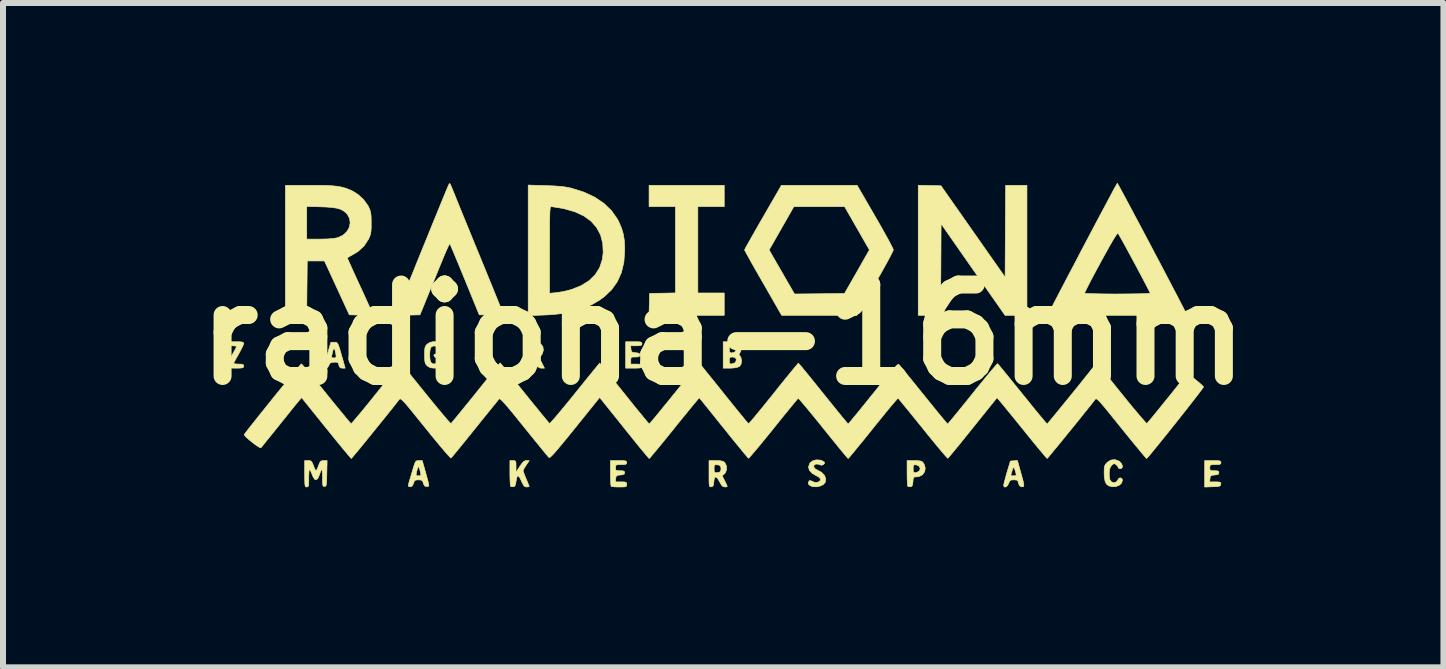
<source format=kicad_pcb>
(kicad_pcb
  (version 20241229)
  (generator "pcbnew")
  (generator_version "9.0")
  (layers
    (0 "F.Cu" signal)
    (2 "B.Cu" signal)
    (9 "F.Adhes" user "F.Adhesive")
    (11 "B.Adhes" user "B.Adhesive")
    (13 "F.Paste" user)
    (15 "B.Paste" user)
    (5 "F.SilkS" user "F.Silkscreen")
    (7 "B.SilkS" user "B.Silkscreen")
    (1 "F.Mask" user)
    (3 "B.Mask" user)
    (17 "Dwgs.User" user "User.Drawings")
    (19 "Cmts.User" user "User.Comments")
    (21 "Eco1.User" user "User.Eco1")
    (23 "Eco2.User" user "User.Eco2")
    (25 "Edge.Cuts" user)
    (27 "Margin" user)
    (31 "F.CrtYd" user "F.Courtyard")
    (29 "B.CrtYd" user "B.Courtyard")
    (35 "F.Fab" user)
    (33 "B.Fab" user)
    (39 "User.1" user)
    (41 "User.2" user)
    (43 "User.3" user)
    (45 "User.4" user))
  (footprint "radiona-16mm"
    (layer "F.Cu")
    (at 9.006 2.528)
    (property "Reference" "radiona-16mm" (at 0 0 0) (layer "F.SilkS") (effects (font (size 1.524 1.524) (thickness 0.3))))
    (attr through_hole)
    (fp_poly (pts (xy 0.017 -2.134) (xy -0.423 -2.134) (xy -0.423 -0.694) (xy 0.017 -0.694) (xy 0.017 -0.322) (xy -1.237 -0.322) (xy -1.232 -0.504) (xy -1.228 -0.686) (xy -0.796 -0.695) (xy -0.796 -2.134) (xy -1.236 -2.134) (xy -1.236 -2.489) (xy 0.017 -2.489) (xy 0.017 -2.134)) (stroke (width 0.01) (type solid)) (fill yes) (layer "F.SilkS"))
    (fp_poly (pts (xy 3.63 -2.481) (xy 4.699 -0.957) (xy 4.703 -1.723) (xy 4.708 -2.489) (xy 5.063 -2.489) (xy 5.063 -0.322) (xy 4.698 -0.322) (xy 4.165 -1.084) (xy 3.632 -1.847) (xy 3.628 -1.084) (xy 3.623 -0.322) (xy 3.251 -0.322) (xy 3.251 -2.49) (xy 3.63 -2.481)) (stroke (width 0.01) (type solid)) (fill yes) (layer "F.SilkS"))
    (fp_poly (pts (xy -1.423 0.119) (xy -1.382 0.122) (xy -1.362 0.13) (xy -1.355 0.143) (xy -1.355 0.152) (xy -1.359 0.172) (xy -1.376 0.182) (xy -1.415 0.186) (xy -1.449 0.186) (xy -1.543 0.186) (xy -1.538 0.241) (xy -1.532 0.276) (xy -1.515 0.293) (xy -1.479 0.3) (xy -1.46 0.302) (xy -1.414 0.308) (xy -1.393 0.321) (xy -1.389 0.34) (xy -1.394 0.36) (xy -1.415 0.37) (xy -1.462 0.373) (xy -1.465 0.373) (xy -1.512 0.374) (xy -1.534 0.382) (xy -1.54 0.405) (xy -1.541 0.432) (xy -1.541 0.491) (xy -1.448 0.491) (xy -1.394 0.493) (xy -1.366 0.499) (xy -1.356 0.513) (xy -1.355 0.525) (xy -1.357 0.542) (xy -1.371 0.552) (xy -1.401 0.557) (xy -1.454 0.559) (xy -1.49 0.559) (xy -1.626 0.559) (xy -1.626 0.119) (xy -1.49 0.119) (xy -1.423 0.119)) (stroke (width 0.01) (type solid)) (fill yes) (layer "F.SilkS"))
    (fp_poly (pts (xy 1.614 2.091) (xy 1.643 2.1) (xy 1.682 2.121) (xy 1.691 2.141) (xy 1.67 2.166) (xy 1.669 2.167) (xy 1.639 2.178) (xy 1.609 2.168) (xy 1.567 2.157) (xy 1.54 2.159) (xy 1.511 2.18) (xy 1.51 2.209) (xy 1.535 2.239) (xy 1.56 2.253) (xy 1.641 2.297) (xy 1.691 2.35) (xy 1.709 2.41) (xy 1.7 2.463) (xy 1.67 2.499) (xy 1.618 2.524) (xy 1.556 2.537) (xy 1.493 2.534) (xy 1.473 2.528) (xy 1.429 2.504) (xy 1.416 2.475) (xy 1.423 2.455) (xy 1.437 2.435) (xy 1.456 2.434) (xy 1.492 2.45) (xy 1.538 2.467) (xy 1.577 2.461) (xy 1.585 2.458) (xy 1.619 2.432) (xy 1.62 2.403) (xy 1.59 2.373) (xy 1.562 2.358) (xy 1.483 2.313) (xy 1.436 2.262) (xy 1.422 2.207) (xy 1.441 2.149) (xy 1.448 2.138) (xy 1.49 2.105) (xy 1.549 2.088) (xy 1.614 2.091)) (stroke (width 0.01) (type solid)) (fill yes) (layer "F.SilkS"))
    (fp_poly (pts (xy 3.179 2.1) (xy 3.249 2.102) (xy 3.294 2.108) (xy 3.323 2.123) (xy 3.343 2.149) (xy 3.35 2.162) (xy 3.368 2.227) (xy 3.357 2.287) (xy 3.322 2.336) (xy 3.267 2.365) (xy 3.227 2.371) (xy 3.192 2.372) (xy 3.174 2.383) (xy 3.166 2.413) (xy 3.163 2.451) (xy 3.157 2.502) (xy 3.145 2.527) (xy 3.124 2.536) (xy 3.09 2.535) (xy 3.077 2.529) (xy 3.072 2.509) (xy 3.069 2.461) (xy 3.066 2.394) (xy 3.065 2.313) (xy 3.065 2.309) (xy 3.065 2.235) (xy 3.167 2.235) (xy 3.168 2.279) (xy 3.178 2.298) (xy 3.2 2.301) (xy 3.211 2.3) (xy 3.252 2.285) (xy 3.275 2.265) (xy 3.283 2.226) (xy 3.263 2.192) (xy 3.221 2.172) (xy 3.211 2.171) (xy 3.183 2.17) (xy 3.17 2.183) (xy 3.167 2.218) (xy 3.167 2.235) (xy 3.065 2.235) (xy 3.065 2.1) (xy 3.179 2.1)) (stroke (width 0.01) (type solid)) (fill yes) (layer "F.SilkS"))
    (fp_poly (pts (xy 8.229 2.1) (xy 8.27 2.104) (xy 8.29 2.111) (xy 8.297 2.125) (xy 8.297 2.134) (xy 8.293 2.153) (xy 8.276 2.163) (xy 8.237 2.167) (xy 8.204 2.167) (xy 8.151 2.168) (xy 8.123 2.174) (xy 8.113 2.189) (xy 8.111 2.217) (xy 8.111 2.218) (xy 8.113 2.25) (xy 8.126 2.264) (xy 8.159 2.269) (xy 8.187 2.269) (xy 8.235 2.271) (xy 8.258 2.281) (xy 8.263 2.301) (xy 8.263 2.302) (xy 8.257 2.324) (xy 8.231 2.335) (xy 8.191 2.34) (xy 8.146 2.345) (xy 8.124 2.358) (xy 8.116 2.386) (xy 8.114 2.4) (xy 8.109 2.455) (xy 8.204 2.455) (xy 8.258 2.456) (xy 8.286 2.462) (xy 8.295 2.474) (xy 8.294 2.493) (xy 8.289 2.513) (xy 8.275 2.525) (xy 8.244 2.531) (xy 8.191 2.535) (xy 8.158 2.536) (xy 8.026 2.541) (xy 8.026 2.1) (xy 8.162 2.1) (xy 8.229 2.1)) (stroke (width 0.01) (type solid)) (fill yes) (layer "F.SilkS"))
    (fp_poly (pts (xy -6.463 0.127) (xy -6.446 0.131) (xy -6.433 0.142) (xy -6.419 0.165) (xy -6.404 0.205) (xy -6.385 0.265) (xy -6.361 0.35) (xy -6.336 0.436) (xy -6.302 0.559) (xy -6.349 0.559) (xy -6.384 0.553) (xy -6.402 0.528) (xy -6.407 0.507) (xy -6.416 0.475) (xy -6.433 0.461) (xy -6.469 0.459) (xy -6.489 0.46) (xy -6.536 0.467) (xy -6.56 0.482) (xy -6.57 0.508) (xy -6.591 0.544) (xy -6.624 0.556) (xy -6.668 0.561) (xy -6.611 0.365) (xy -6.531 0.365) (xy -6.527 0.384) (xy -6.496 0.389) (xy -6.494 0.389) (xy -6.465 0.387) (xy -6.454 0.375) (xy -6.455 0.343) (xy -6.459 0.318) (xy -6.471 0.26) (xy -6.485 0.234) (xy -6.498 0.24) (xy -6.51 0.278) (xy -6.51 0.279) (xy -6.52 0.327) (xy -6.53 0.362) (xy -6.531 0.365) (xy -6.611 0.365) (xy -6.604 0.344) (xy -6.54 0.127) (xy -6.484 0.127) (xy -6.463 0.127)) (stroke (width 0.01) (type solid)) (fill yes) (layer "F.SilkS"))
    (fp_poly (pts (xy 6.593 2.106) (xy 6.61 2.118) (xy 6.642 2.154) (xy 6.655 2.191) (xy 6.649 2.222) (xy 6.624 2.235) (xy 6.621 2.235) (xy 6.593 2.229) (xy 6.587 2.219) (xy 6.575 2.194) (xy 6.548 2.166) (xy 6.521 2.151) (xy 6.518 2.151) (xy 6.496 2.161) (xy 6.469 2.184) (xy 6.446 2.226) (xy 6.435 2.288) (xy 6.435 2.359) (xy 6.445 2.417) (xy 6.469 2.453) (xy 6.506 2.468) (xy 6.546 2.46) (xy 6.575 2.43) (xy 6.579 2.42) (xy 6.6 2.392) (xy 6.628 2.388) (xy 6.65 2.406) (xy 6.655 2.429) (xy 6.64 2.476) (xy 6.6 2.512) (xy 6.545 2.533) (xy 6.482 2.536) (xy 6.424 2.52) (xy 6.387 2.49) (xy 6.364 2.44) (xy 6.352 2.366) (xy 6.35 2.301) (xy 6.351 2.236) (xy 6.357 2.194) (xy 6.371 2.164) (xy 6.396 2.136) (xy 6.399 2.132) (xy 6.46 2.092) (xy 6.527 2.083) (xy 6.593 2.106)) (stroke (width 0.01) (type solid)) (fill yes) (layer "F.SilkS"))
    (fp_poly (pts (xy -3.125 0.122) (xy -3.077 0.133) (xy -3.042 0.154) (xy -3.006 0.201) (xy -2.998 0.26) (xy -3.017 0.322) (xy -3.032 0.344) (xy -3.066 0.388) (xy -3.023 0.473) (xy -2.98 0.559) (xy -3.03 0.559) (xy -3.062 0.555) (xy -3.084 0.538) (xy -3.105 0.501) (xy -3.117 0.474) (xy -3.147 0.418) (xy -3.174 0.392) (xy -3.186 0.389) (xy -3.205 0.395) (xy -3.214 0.415) (xy -3.217 0.46) (xy -3.217 0.474) (xy -3.219 0.524) (xy -3.226 0.549) (xy -3.243 0.558) (xy -3.26 0.559) (xy -3.302 0.559) (xy -3.302 0.254) (xy -3.217 0.254) (xy -3.216 0.298) (xy -3.206 0.317) (xy -3.182 0.32) (xy -3.164 0.319) (xy -3.121 0.306) (xy -3.092 0.284) (xy -3.084 0.245) (xy -3.104 0.212) (xy -3.148 0.192) (xy -3.164 0.189) (xy -3.198 0.188) (xy -3.213 0.199) (xy -3.217 0.231) (xy -3.217 0.254) (xy -3.302 0.254) (xy -3.302 0.119) (xy -3.194 0.119) (xy -3.125 0.122)) (stroke (width 0.01) (type solid)) (fill yes) (layer "F.SilkS"))
    (fp_poly (pts (xy 4.964 2.312) (xy 4.989 2.402) (xy 5.005 2.465) (xy 5.011 2.505) (xy 5.009 2.527) (xy 5.002 2.535) (xy 4.961 2.536) (xy 4.933 2.507) (xy 4.922 2.474) (xy 4.912 2.44) (xy 4.892 2.425) (xy 4.851 2.421) (xy 4.845 2.421) (xy 4.8 2.424) (xy 4.776 2.439) (xy 4.76 2.475) (xy 4.758 2.481) (xy 4.738 2.518) (xy 4.712 2.539) (xy 4.688 2.541) (xy 4.675 2.521) (xy 4.675 2.51) (xy 4.68 2.483) (xy 4.693 2.431) (xy 4.712 2.362) (xy 4.715 2.349) (xy 4.792 2.349) (xy 4.807 2.353) (xy 4.842 2.354) (xy 4.873 2.352) (xy 4.884 2.34) (xy 4.879 2.309) (xy 4.874 2.29) (xy 4.857 2.236) (xy 4.844 2.214) (xy 4.832 2.223) (xy 4.818 2.262) (xy 4.815 2.27) (xy 4.802 2.316) (xy 4.794 2.345) (xy 4.792 2.349) (xy 4.715 2.349) (xy 4.731 2.294) (xy 4.787 2.108) (xy 4.845 2.103) (xy 4.904 2.098) (xy 4.964 2.312)) (stroke (width 0.01) (type solid)) (fill yes) (layer "F.SilkS"))
    (fp_poly (pts (xy -3.477 2.101) (xy -3.461 2.111) (xy -3.455 2.137) (xy -3.454 2.188) (xy -3.454 2.197) (xy -3.454 2.294) (xy -3.391 2.197) (xy -3.353 2.143) (xy -3.324 2.114) (xy -3.296 2.101) (xy -3.28 2.1) (xy -3.233 2.1) (xy -3.284 2.175) (xy -3.313 2.22) (xy -3.332 2.256) (xy -3.336 2.269) (xy -3.329 2.293) (xy -3.312 2.339) (xy -3.288 2.397) (xy -3.285 2.405) (xy -3.261 2.462) (xy -3.243 2.506) (xy -3.234 2.529) (xy -3.234 2.53) (xy -3.249 2.537) (xy -3.278 2.54) (xy -3.304 2.535) (xy -3.325 2.517) (xy -3.347 2.479) (xy -3.365 2.438) (xy -3.394 2.38) (xy -3.417 2.355) (xy -3.434 2.363) (xy -3.447 2.404) (xy -3.454 2.451) (xy -3.463 2.502) (xy -3.477 2.528) (xy -3.497 2.536) (xy -3.531 2.535) (xy -3.544 2.529) (xy -3.549 2.509) (xy -3.552 2.461) (xy -3.555 2.394) (xy -3.556 2.313) (xy -3.556 2.309) (xy -3.556 2.1) (xy -3.505 2.1) (xy -3.477 2.101)) (stroke (width 0.01) (type solid)) (fill yes) (layer "F.SilkS"))
    (fp_poly (pts (xy -8.065 0.119) (xy -8.022 0.123) (xy -8 0.13) (xy -7.993 0.143) (xy -7.993 0.146) (xy -8.001 0.172) (xy -8.022 0.219) (xy -8.054 0.28) (xy -8.077 0.322) (xy -8.113 0.385) (xy -8.141 0.437) (xy -8.158 0.471) (xy -8.162 0.48) (xy -8.147 0.486) (xy -8.108 0.49) (xy -8.077 0.491) (xy -8.026 0.493) (xy -8.001 0.5) (xy -7.993 0.517) (xy -7.993 0.525) (xy -7.995 0.541) (xy -8.008 0.551) (xy -8.037 0.557) (xy -8.088 0.559) (xy -8.136 0.559) (xy -8.208 0.558) (xy -8.251 0.554) (xy -8.273 0.547) (xy -8.28 0.534) (xy -8.28 0.531) (xy -8.272 0.505) (xy -8.251 0.458) (xy -8.219 0.397) (xy -8.196 0.356) (xy -8.16 0.292) (xy -8.132 0.24) (xy -8.115 0.206) (xy -8.111 0.197) (xy -8.126 0.191) (xy -8.165 0.187) (xy -8.196 0.186) (xy -8.247 0.184) (xy -8.272 0.177) (xy -8.28 0.16) (xy -8.28 0.152) (xy -8.278 0.136) (xy -8.265 0.126) (xy -8.236 0.121) (xy -8.185 0.119) (xy -8.136 0.119) (xy -8.065 0.119)) (stroke (width 0.01) (type solid)) (fill yes) (layer "F.SilkS"))
    (fp_poly (pts (xy -4.771 0.122) (xy -4.72 0.142) (xy -4.684 0.175) (xy -4.674 0.213) (xy -4.684 0.245) (xy -4.71 0.254) (xy -4.741 0.238) (xy -4.754 0.22) (xy -4.787 0.193) (xy -4.829 0.188) (xy -4.866 0.206) (xy -4.876 0.219) (xy -4.888 0.261) (xy -4.893 0.322) (xy -4.891 0.387) (xy -4.883 0.44) (xy -4.876 0.458) (xy -4.847 0.486) (xy -4.808 0.489) (xy -4.772 0.471) (xy -4.746 0.437) (xy -4.741 0.409) (xy -4.756 0.393) (xy -4.779 0.386) (xy -4.812 0.371) (xy -4.823 0.351) (xy -4.821 0.334) (xy -4.803 0.325) (xy -4.761 0.322) (xy -4.74 0.322) (xy -4.652 0.322) (xy -4.662 0.411) (xy -4.679 0.485) (xy -4.712 0.531) (xy -4.766 0.554) (xy -4.82 0.559) (xy -4.88 0.552) (xy -4.923 0.53) (xy -4.937 0.517) (xy -4.958 0.493) (xy -4.97 0.465) (xy -4.976 0.425) (xy -4.978 0.363) (xy -4.978 0.339) (xy -4.977 0.268) (xy -4.973 0.223) (xy -4.962 0.192) (xy -4.944 0.168) (xy -4.937 0.16) (xy -4.888 0.129) (xy -4.83 0.117) (xy -4.771 0.122)) (stroke (width 0.01) (type solid)) (fill yes) (layer "F.SilkS"))
    (fp_poly (pts (xy -1.677 2.1) (xy -1.636 2.104) (xy -1.616 2.111) (xy -1.609 2.125) (xy -1.609 2.134) (xy -1.613 2.153) (xy -1.63 2.163) (xy -1.669 2.167) (xy -1.702 2.167) (xy -1.755 2.168) (xy -1.783 2.174) (xy -1.793 2.189) (xy -1.795 2.217) (xy -1.795 2.218) (xy -1.793 2.25) (xy -1.78 2.264) (xy -1.747 2.269) (xy -1.719 2.269) (xy -1.671 2.271) (xy -1.648 2.281) (xy -1.643 2.301) (xy -1.643 2.302) (xy -1.649 2.324) (xy -1.675 2.335) (xy -1.714 2.34) (xy -1.76 2.345) (xy -1.782 2.358) (xy -1.79 2.386) (xy -1.792 2.4) (xy -1.797 2.455) (xy -1.703 2.455) (xy -1.649 2.456) (xy -1.621 2.462) (xy -1.61 2.476) (xy -1.609 2.498) (xy -1.61 2.519) (xy -1.62 2.532) (xy -1.645 2.538) (xy -1.693 2.54) (xy -1.733 2.54) (xy -1.795 2.539) (xy -1.843 2.535) (xy -1.867 2.529) (xy -1.868 2.529) (xy -1.873 2.508) (xy -1.876 2.461) (xy -1.879 2.394) (xy -1.88 2.313) (xy -1.88 2.309) (xy -1.88 2.1) (xy -1.744 2.1) (xy -1.677 2.1)) (stroke (width 0.01) (type solid)) (fill yes) (layer "F.SilkS"))
    (fp_poly (pts (xy -4.961 2.299) (xy -4.936 2.39) (xy -4.919 2.454) (xy -4.91 2.495) (xy -4.908 2.518) (xy -4.914 2.529) (xy -4.927 2.532) (xy -4.943 2.532) (xy -4.975 2.524) (xy -4.994 2.494) (xy -4.999 2.477) (xy -5.012 2.441) (xy -5.033 2.425) (xy -5.074 2.421) (xy -5.08 2.421) (xy -5.124 2.424) (xy -5.147 2.438) (xy -5.16 2.471) (xy -5.161 2.477) (xy -5.182 2.521) (xy -5.212 2.537) (xy -5.243 2.533) (xy -5.249 2.518) (xy -5.244 2.485) (xy -5.233 2.445) (xy -5.221 2.407) (xy -5.203 2.347) (xy -5.196 2.324) (xy -5.118 2.324) (xy -5.117 2.346) (xy -5.102 2.353) (xy -5.08 2.354) (xy -5.052 2.352) (xy -5.041 2.342) (xy -5.043 2.313) (xy -5.051 2.278) (xy -5.064 2.232) (xy -5.076 2.205) (xy -5.08 2.201) (xy -5.09 2.216) (xy -5.103 2.254) (xy -5.109 2.278) (xy -5.118 2.324) (xy -5.196 2.324) (xy -5.182 2.275) (xy -5.174 2.248) (xy -5.153 2.178) (xy -5.137 2.135) (xy -5.122 2.111) (xy -5.105 2.102) (xy -5.08 2.1) (xy -5.073 2.1) (xy -5.017 2.1) (xy -4.961 2.299)) (stroke (width 0.01) (type solid)) (fill yes) (layer "F.SilkS"))
    (fp_poly (pts (xy 0.204 0.124) (xy 0.263 0.143) (xy 0.296 0.176) (xy 0.305 0.217) (xy 0.295 0.267) (xy 0.28 0.299) (xy 0.264 0.328) (xy 0.27 0.347) (xy 0.28 0.356) (xy 0.297 0.386) (xy 0.305 0.434) (xy 0.305 0.441) (xy 0.297 0.494) (xy 0.271 0.53) (xy 0.223 0.55) (xy 0.147 0.558) (xy 0.115 0.559) (xy 0 0.559) (xy 0 0.433) (xy 0.102 0.433) (xy 0.104 0.473) (xy 0.116 0.488) (xy 0.146 0.488) (xy 0.146 0.488) (xy 0.187 0.474) (xy 0.208 0.455) (xy 0.219 0.415) (xy 0.201 0.385) (xy 0.158 0.373) (xy 0.153 0.373) (xy 0.119 0.376) (xy 0.104 0.392) (xy 0.102 0.432) (xy 0.102 0.433) (xy 0 0.433) (xy 0 0.244) (xy 0.102 0.244) (xy 0.105 0.285) (xy 0.118 0.302) (xy 0.142 0.305) (xy 0.183 0.294) (xy 0.204 0.278) (xy 0.216 0.243) (xy 0.2 0.212) (xy 0.16 0.192) (xy 0.146 0.189) (xy 0.117 0.189) (xy 0.104 0.204) (xy 0.102 0.244) (xy 0.102 0.244) (xy 0 0.244) (xy 0 0.119) (xy 0.115 0.119) (xy 0.204 0.124)) (stroke (width 0.01) (type solid)) (fill yes) (layer "F.SilkS"))
    (fp_poly (pts (xy -0.055 2.102) (xy -0.013 2.109) (xy 0.015 2.123) (xy 0.026 2.134) (xy 0.052 2.184) (xy 0.057 2.243) (xy 0.04 2.296) (xy 0.02 2.321) (xy -0.018 2.352) (xy 0.025 2.437) (xy 0.048 2.485) (xy 0.064 2.52) (xy 0.068 2.531) (xy 0.053 2.538) (xy 0.026 2.54) (xy -0.003 2.533) (xy -0.029 2.509) (xy -0.057 2.459) (xy -0.059 2.455) (xy -0.093 2.398) (xy -0.121 2.373) (xy -0.141 2.381) (xy -0.153 2.422) (xy -0.156 2.451) (xy -0.161 2.501) (xy -0.173 2.526) (xy -0.194 2.536) (xy -0.199 2.537) (xy -0.214 2.538) (xy -0.225 2.533) (xy -0.232 2.516) (xy -0.235 2.483) (xy -0.237 2.427) (xy -0.237 2.344) (xy -0.237 2.321) (xy -0.237 2.234) (xy -0.152 2.234) (xy -0.15 2.278) (xy -0.139 2.298) (xy -0.115 2.303) (xy -0.114 2.303) (xy -0.073 2.296) (xy -0.054 2.288) (xy -0.039 2.262) (xy -0.037 2.225) (xy -0.046 2.19) (xy -0.071 2.175) (xy -0.097 2.171) (xy -0.132 2.169) (xy -0.148 2.18) (xy -0.152 2.212) (xy -0.152 2.234) (xy -0.237 2.234) (xy -0.237 2.1) (xy -0.121 2.1) (xy -0.055 2.102)) (stroke (width 0.01) (type solid)) (fill yes) (layer "F.SilkS"))
    (fp_poly (pts (xy -6.884 2.102) (xy -6.863 2.116) (xy -6.845 2.147) (xy -6.831 2.184) (xy -6.812 2.232) (xy -6.796 2.262) (xy -6.789 2.269) (xy -6.777 2.255) (xy -6.759 2.217) (xy -6.746 2.184) (xy -6.727 2.135) (xy -6.709 2.11) (xy -6.684 2.101) (xy -6.659 2.1) (xy -6.603 2.1) (xy -6.608 2.316) (xy -6.61 2.405) (xy -6.613 2.465) (xy -6.617 2.503) (xy -6.624 2.522) (xy -6.635 2.53) (xy -6.646 2.532) (xy -6.663 2.529) (xy -6.673 2.517) (xy -6.678 2.488) (xy -6.68 2.437) (xy -6.68 2.385) (xy -6.681 2.32) (xy -6.685 2.272) (xy -6.689 2.247) (xy -6.692 2.245) (xy -6.703 2.264) (xy -6.72 2.305) (xy -6.731 2.337) (xy -6.757 2.396) (xy -6.783 2.421) (xy -6.81 2.413) (xy -6.837 2.37) (xy -6.849 2.341) (xy -6.873 2.282) (xy -6.89 2.253) (xy -6.901 2.256) (xy -6.906 2.29) (xy -6.909 2.357) (xy -6.909 2.384) (xy -6.909 2.458) (xy -6.912 2.503) (xy -6.918 2.528) (xy -6.929 2.538) (xy -6.943 2.54) (xy -6.956 2.538) (xy -6.966 2.529) (xy -6.972 2.507) (xy -6.975 2.467) (xy -6.976 2.403) (xy -6.977 2.32) (xy -6.977 2.1) (xy -6.919 2.1) (xy -6.884 2.102)) (stroke (width 0.01) (type solid)) (fill yes) (layer "F.SilkS"))
    (fp_poly (pts (xy 2.534 -1.968) (xy 2.604 -1.847) (xy 2.668 -1.733) (xy 2.725 -1.631) (xy 2.772 -1.545) (xy 2.807 -1.477) (xy 2.829 -1.432) (xy 2.836 -1.414) (xy 2.828 -1.392) (xy 2.805 -1.344) (xy 2.768 -1.274) (xy 2.72 -1.185) (xy 2.663 -1.082) (xy 2.598 -0.967) (xy 2.532 -0.851) (xy 2.228 -0.322) (xy 0.974 -0.322) (xy 0.665 -0.861) (xy 0.594 -0.984) (xy 0.529 -1.098) (xy 0.472 -1.199) (xy 0.424 -1.285) (xy 0.388 -1.351) (xy 0.364 -1.395) (xy 0.356 -1.412) (xy 0.765 -1.412) (xy 0.842 -1.277) (xy 0.879 -1.213) (xy 0.927 -1.129) (xy 0.982 -1.035) (xy 1.037 -0.939) (xy 1.054 -0.91) (xy 1.188 -0.677) (xy 1.605 -0.681) (xy 2.022 -0.686) (xy 2.23 -1.049) (xy 2.437 -1.413) (xy 2.408 -1.464) (xy 2.39 -1.494) (xy 2.359 -1.548) (xy 2.317 -1.621) (xy 2.268 -1.708) (xy 2.213 -1.802) (xy 2.201 -1.824) (xy 2.024 -2.133) (xy 1.6 -2.133) (xy 1.177 -2.133) (xy 1.016 -1.851) (xy 0.962 -1.756) (xy 0.911 -1.667) (xy 0.866 -1.588) (xy 0.831 -1.526) (xy 0.81 -1.49) (xy 0.765 -1.412) (xy 0.356 -1.412) (xy 0.356 -1.412) (xy 0.356 -1.412) (xy 0.364 -1.429) (xy 0.387 -1.472) (xy 0.424 -1.538) (xy 0.471 -1.622) (xy 0.529 -1.723) (xy 0.593 -1.836) (xy 0.663 -1.957) (xy 0.97 -2.489) (xy 2.232 -2.489) (xy 2.534 -1.968)) (stroke (width 0.01) (type solid)) (fill yes) (layer "F.SilkS"))
    (fp_poly (pts (xy -2.959 -2.484) (xy -2.823 -2.479) (xy -2.714 -2.471) (xy -2.624 -2.46) (xy -2.547 -2.445) (xy -2.528 -2.44) (xy -2.322 -2.375) (xy -2.142 -2.291) (xy -1.988 -2.187) (xy -1.862 -2.066) (xy -1.764 -1.926) (xy -1.737 -1.873) (xy -1.695 -1.774) (xy -1.667 -1.68) (xy -1.65 -1.579) (xy -1.643 -1.461) (xy -1.643 -1.4) (xy -1.656 -1.208) (xy -1.697 -1.036) (xy -1.765 -0.883) (xy -1.862 -0.747) (xy -1.987 -0.629) (xy -2.056 -0.579) (xy -2.195 -0.497) (xy -2.34 -0.432) (xy -2.497 -0.385) (xy -2.672 -0.352) (xy -2.871 -0.332) (xy -2.976 -0.327) (xy -3.251 -0.317) (xy -3.251 -1.412) (xy -2.896 -1.412) (xy -2.896 -0.689) (xy -2.778 -0.7) (xy -2.701 -0.712) (xy -2.611 -0.73) (xy -2.528 -0.753) (xy -2.527 -0.753) (xy -2.367 -0.817) (xy -2.236 -0.899) (xy -2.134 -0.999) (xy -2.06 -1.116) (xy -2.016 -1.251) (xy -2.001 -1.365) (xy -2.008 -1.52) (xy -2.044 -1.66) (xy -2.109 -1.783) (xy -2.202 -1.89) (xy -2.323 -1.978) (xy -2.471 -2.047) (xy -2.645 -2.097) (xy -2.701 -2.108) (xy -2.77 -2.119) (xy -2.828 -2.128) (xy -2.865 -2.133) (xy -2.872 -2.134) (xy -2.878 -2.129) (xy -2.883 -2.113) (xy -2.887 -2.082) (xy -2.89 -2.035) (xy -2.892 -1.968) (xy -2.894 -1.879) (xy -2.895 -1.765) (xy -2.895 -1.623) (xy -2.896 -1.45) (xy -2.896 -1.412) (xy -3.251 -1.412) (xy -3.251 -2.493) (xy -2.959 -2.484)) (stroke (width 0.01) (type solid)) (fill yes) (layer "F.SilkS"))
    (fp_poly (pts (xy -4.549 -2.508) (xy -4.541 -2.489) (xy -4.532 -2.466) (xy -4.511 -2.415) (xy -4.479 -2.338) (xy -4.439 -2.238) (xy -4.39 -2.118) (xy -4.334 -1.98) (xy -4.272 -1.829) (xy -4.205 -1.665) (xy -4.135 -1.493) (xy -4.126 -1.473) (xy -4.055 -1.299) (xy -3.986 -1.131) (xy -3.922 -0.974) (xy -3.863 -0.83) (xy -3.811 -0.702) (xy -3.767 -0.593) (xy -3.732 -0.506) (xy -3.707 -0.445) (xy -3.693 -0.411) (xy -3.693 -0.41) (xy -3.658 -0.321) (xy -3.863 -0.325) (xy -4.067 -0.33) (xy -4.307 -0.917) (xy -4.362 -1.05) (xy -4.412 -1.173) (xy -4.458 -1.282) (xy -4.496 -1.375) (xy -4.527 -1.446) (xy -4.547 -1.494) (xy -4.557 -1.515) (xy -4.557 -1.515) (xy -4.567 -1.503) (xy -4.586 -1.465) (xy -4.614 -1.405) (xy -4.647 -1.327) (xy -4.683 -1.241) (xy -4.73 -1.126) (xy -4.784 -0.993) (xy -4.841 -0.853) (xy -4.896 -0.72) (xy -4.927 -0.643) (xy -5.055 -0.33) (xy -5.254 -0.325) (xy -5.333 -0.325) (xy -5.397 -0.327) (xy -5.439 -0.331) (xy -5.453 -0.336) (xy -5.446 -0.354) (xy -5.429 -0.4) (xy -5.401 -0.471) (xy -5.363 -0.564) (xy -5.319 -0.676) (xy -5.267 -0.804) (xy -5.211 -0.944) (xy -5.15 -1.094) (xy -5.087 -1.25) (xy -5.022 -1.41) (xy -4.957 -1.57) (xy -4.893 -1.727) (xy -4.832 -1.878) (xy -4.774 -2.019) (xy -4.721 -2.149) (xy -4.674 -2.263) (xy -4.635 -2.359) (xy -4.604 -2.433) (xy -4.583 -2.482) (xy -4.573 -2.503) (xy -4.56 -2.52) (xy -4.549 -2.508)) (stroke (width 0.01) (type solid)) (fill yes) (layer "F.SilkS"))
    (fp_poly (pts (xy -6.737 -2.489) (xy -6.616 -2.486) (xy -6.518 -2.481) (xy -6.437 -2.473) (xy -6.369 -2.461) (xy -6.307 -2.445) (xy -6.247 -2.423) (xy -6.186 -2.397) (xy -6.087 -2.336) (xy -5.996 -2.251) (xy -5.924 -2.153) (xy -5.909 -2.125) (xy -5.89 -2.081) (xy -5.878 -2.039) (xy -5.871 -1.988) (xy -5.868 -1.919) (xy -5.868 -1.863) (xy -5.868 -1.779) (xy -5.872 -1.719) (xy -5.88 -1.673) (xy -5.895 -1.63) (xy -5.914 -1.589) (xy -5.988 -1.477) (xy -6.089 -1.385) (xy -6.18 -1.33) (xy -6.226 -1.305) (xy -6.257 -1.285) (xy -6.265 -1.277) (xy -6.259 -1.26) (xy -6.239 -1.216) (xy -6.209 -1.149) (xy -6.17 -1.062) (xy -6.124 -0.961) (xy -6.072 -0.848) (xy -6.054 -0.809) (xy -6 -0.693) (xy -5.952 -0.587) (xy -5.91 -0.494) (xy -5.877 -0.419) (xy -5.854 -0.366) (xy -5.843 -0.338) (xy -5.842 -0.335) (xy -5.858 -0.33) (xy -5.901 -0.326) (xy -5.964 -0.325) (xy -6.037 -0.325) (xy -6.233 -0.33) (xy -6.44 -0.779) (xy -6.647 -1.228) (xy -6.934 -1.228) (xy -6.939 -0.775) (xy -6.943 -0.322) (xy -7.298 -0.322) (xy -7.298 -1.592) (xy -6.943 -1.592) (xy -6.726 -1.592) (xy -6.589 -1.595) (xy -6.484 -1.605) (xy -6.422 -1.617) (xy -6.34 -1.656) (xy -6.277 -1.713) (xy -6.236 -1.782) (xy -6.219 -1.858) (xy -6.227 -1.933) (xy -6.264 -2.003) (xy -6.287 -2.029) (xy -6.331 -2.064) (xy -6.381 -2.09) (xy -6.444 -2.108) (xy -6.526 -2.12) (xy -6.632 -2.128) (xy -6.701 -2.13) (xy -6.943 -2.137) (xy -6.943 -1.592) (xy -7.298 -1.592) (xy -7.298 -2.489) (xy -6.887 -2.489) (xy -6.737 -2.489)) (stroke (width 0.01) (type solid)) (fill yes) (layer "F.SilkS"))
    (fp_poly (pts (xy 6.578 -2.509) (xy 6.602 -2.467) (xy 6.638 -2.401) (xy 6.685 -2.314) (xy 6.742 -2.208) (xy 6.807 -2.086) (xy 6.878 -1.952) (xy 6.955 -1.808) (xy 7.035 -1.657) (xy 7.117 -1.502) (xy 7.199 -1.346) (xy 7.281 -1.191) (xy 7.36 -1.041) (xy 7.435 -0.898) (xy 7.504 -0.765) (xy 7.567 -0.646) (xy 7.62 -0.542) (xy 7.664 -0.458) (xy 7.696 -0.395) (xy 7.714 -0.357) (xy 7.719 -0.347) (xy 7.716 -0.342) (xy 7.706 -0.337) (xy 7.685 -0.334) (xy 7.651 -0.331) (xy 7.603 -0.328) (xy 7.537 -0.326) (xy 7.451 -0.325) (xy 7.344 -0.324) (xy 7.213 -0.323) (xy 7.055 -0.322) (xy 6.869 -0.322) (xy 6.652 -0.322) (xy 6.57 -0.322) (xy 6.339 -0.322) (xy 6.139 -0.322) (xy 5.969 -0.323) (xy 5.827 -0.324) (xy 5.709 -0.325) (xy 5.616 -0.327) (xy 5.543 -0.329) (xy 5.49 -0.331) (xy 5.453 -0.334) (xy 5.431 -0.338) (xy 5.422 -0.342) (xy 5.422 -0.344) (xy 5.431 -0.364) (xy 5.454 -0.41) (xy 5.489 -0.48) (xy 5.536 -0.571) (xy 5.593 -0.68) (xy 5.598 -0.69) (xy 6.024 -0.69) (xy 6.042 -0.687) (xy 6.089 -0.684) (xy 6.163 -0.682) (xy 6.258 -0.68) (xy 6.37 -0.678) (xy 6.496 -0.677) (xy 6.57 -0.677) (xy 6.702 -0.678) (xy 6.822 -0.679) (xy 6.928 -0.681) (xy 7.014 -0.683) (xy 7.076 -0.685) (xy 7.111 -0.688) (xy 7.117 -0.69) (xy 7.111 -0.706) (xy 7.09 -0.748) (xy 7.058 -0.811) (xy 7.016 -0.891) (xy 6.967 -0.984) (xy 6.913 -1.086) (xy 6.856 -1.192) (xy 6.799 -1.298) (xy 6.744 -1.399) (xy 6.693 -1.493) (xy 6.648 -1.574) (xy 6.612 -1.638) (xy 6.587 -1.681) (xy 6.581 -1.69) (xy 6.57 -1.684) (xy 6.545 -1.651) (xy 6.507 -1.591) (xy 6.455 -1.502) (xy 6.389 -1.384) (xy 6.307 -1.236) (xy 6.292 -1.208) (xy 6.227 -1.088) (xy 6.168 -0.978) (xy 6.117 -0.88) (xy 6.075 -0.799) (xy 6.045 -0.738) (xy 6.027 -0.701) (xy 6.024 -0.69) (xy 5.598 -0.69) (xy 5.657 -0.803) (xy 5.728 -0.94) (xy 5.805 -1.085) (xy 5.885 -1.237) (xy 5.966 -1.393) (xy 6.049 -1.55) (xy 6.13 -1.704) (xy 6.209 -1.853) (xy 6.284 -1.995) (xy 6.354 -2.125) (xy 6.416 -2.242) (xy 6.47 -2.343) (xy 6.513 -2.424) (xy 6.546 -2.482) (xy 6.565 -2.516) (xy 6.569 -2.523) (xy 6.578 -2.509)) (stroke (width 0.01) (type solid)) (fill yes) (layer "F.SilkS"))
    (fp_poly (pts (xy -3.685 0.511) (xy -3.667 0.533) (xy -3.631 0.578) (xy -3.578 0.643) (xy -3.513 0.725) (xy -3.437 0.819) (xy -3.353 0.923) (xy -3.281 1.012) (xy -3.194 1.12) (xy -3.113 1.219) (xy -3.042 1.307) (xy -2.981 1.38) (xy -2.935 1.436) (xy -2.906 1.471) (xy -2.895 1.482) (xy -2.882 1.471) (xy -2.85 1.437) (xy -2.801 1.381) (xy -2.739 1.308) (xy -2.665 1.219) (xy -2.582 1.118) (xy -2.492 1.007) (xy -2.472 0.982) (xy -2.381 0.869) (xy -2.297 0.765) (xy -2.222 0.673) (xy -2.158 0.594) (xy -2.109 0.534) (xy -2.075 0.493) (xy -2.06 0.475) (xy -2.059 0.474) (xy -2.048 0.487) (xy -2.019 0.523) (xy -1.973 0.58) (xy -1.912 0.655) (xy -1.84 0.745) (xy -1.758 0.847) (xy -1.668 0.959) (xy -1.65 0.981) (xy -1.56 1.094) (xy -1.476 1.199) (xy -1.4 1.291) (xy -1.336 1.369) (xy -1.286 1.43) (xy -1.251 1.471) (xy -1.235 1.489) (xy -1.234 1.489) (xy -1.222 1.477) (xy -1.19 1.441) (xy -1.142 1.384) (xy -1.08 1.309) (xy -1.007 1.219) (xy -0.923 1.117) (xy -0.833 1.005) (xy -0.813 0.981) (xy -0.722 0.868) (xy -0.637 0.765) (xy -0.561 0.674) (xy -0.496 0.597) (xy -0.444 0.539) (xy -0.409 0.5) (xy -0.391 0.485) (xy -0.39 0.485) (xy -0.377 0.501) (xy -0.345 0.541) (xy -0.297 0.601) (xy -0.235 0.678) (xy -0.161 0.769) (xy -0.078 0.872) (xy 0.011 0.984) (xy 0.016 0.991) (xy 0.106 1.102) (xy 0.189 1.205) (xy 0.263 1.296) (xy 0.326 1.372) (xy 0.374 1.432) (xy 0.407 1.47) (xy 0.421 1.486) (xy 0.422 1.486) (xy 0.434 1.474) (xy 0.466 1.439) (xy 0.514 1.383) (xy 0.575 1.308) (xy 0.649 1.219) (xy 0.731 1.117) (xy 0.821 1.006) (xy 0.839 0.983) (xy 0.929 0.87) (xy 1.013 0.766) (xy 1.088 0.674) (xy 1.152 0.595) (xy 1.202 0.535) (xy 1.236 0.494) (xy 1.252 0.476) (xy 1.253 0.476) (xy 1.265 0.489) (xy 1.296 0.525) (xy 1.343 0.582) (xy 1.405 0.657) (xy 1.478 0.747) (xy 1.56 0.849) (xy 1.65 0.961) (xy 1.668 0.983) (xy 1.759 1.096) (xy 1.843 1.2) (xy 1.918 1.293) (xy 1.982 1.371) (xy 2.032 1.431) (xy 2.066 1.472) (xy 2.082 1.489) (xy 2.083 1.49) (xy 2.095 1.477) (xy 2.126 1.441) (xy 2.173 1.383) (xy 2.235 1.309) (xy 2.308 1.219) (xy 2.391 1.116) (xy 2.48 1.005) (xy 2.498 0.984) (xy 2.612 0.842) (xy 2.707 0.726) (xy 2.783 0.635) (xy 2.842 0.568) (xy 2.884 0.522) (xy 2.911 0.498) (xy 2.924 0.494) (xy 2.939 0.51) (xy 2.972 0.55) (xy 3.022 0.61) (xy 3.085 0.688) (xy 3.16 0.78) (xy 3.243 0.883) (xy 3.333 0.995) (xy 3.338 1) (xy 3.427 1.111) (xy 3.51 1.213) (xy 3.583 1.303) (xy 3.646 1.379) (xy 3.694 1.437) (xy 3.727 1.475) (xy 3.741 1.49) (xy 3.741 1.49) (xy 3.753 1.477) (xy 3.785 1.44) (xy 3.832 1.383) (xy 3.894 1.308) (xy 3.967 1.218) (xy 4.05 1.116) (xy 4.14 1.004) (xy 4.157 0.983) (xy 4.247 0.87) (xy 4.332 0.767) (xy 4.407 0.675) (xy 4.471 0.598) (xy 4.522 0.539) (xy 4.557 0.5) (xy 4.573 0.484) (xy 4.574 0.484) (xy 4.587 0.498) (xy 4.618 0.536) (xy 4.666 0.594) (xy 4.728 0.67) (xy 4.802 0.761) (xy 4.885 0.864) (xy 4.975 0.975) (xy 4.987 0.99) (xy 5.078 1.102) (xy 5.161 1.206) (xy 5.236 1.297) (xy 5.3 1.374) (xy 5.35 1.434) (xy 5.384 1.473) (xy 5.399 1.489) (xy 5.4 1.489) (xy 5.412 1.476) (xy 5.442 1.441) (xy 5.488 1.385) (xy 5.547 1.314) (xy 5.615 1.23) (xy 5.691 1.137) (xy 5.771 1.039) (xy 5.853 0.938) (xy 5.933 0.839) (xy 6.009 0.744) (xy 6.079 0.657) (xy 6.138 0.582) (xy 6.186 0.522) (xy 6.199 0.505) (xy 6.207 0.497) (xy 6.216 0.494) (xy 6.228 0.498) (xy 6.246 0.512) (xy 6.272 0.537) (xy 6.308 0.577) (xy 6.355 0.633) (xy 6.417 0.707) (xy 6.494 0.803) (xy 6.59 0.922) (xy 6.637 0.98) (xy 6.728 1.093) (xy 6.813 1.197) (xy 6.89 1.289) (xy 6.955 1.366) (xy 7.007 1.425) (xy 7.043 1.465) (xy 7.061 1.481) (xy 7.062 1.481) (xy 7.076 1.466) (xy 7.109 1.428) (xy 7.157 1.37) (xy 7.218 1.295) (xy 7.29 1.207) (xy 7.369 1.108) (xy 7.41 1.059) (xy 7.742 0.645) (xy 7.872 0.75) (xy 7.928 0.796) (xy 7.973 0.836) (xy 8 0.864) (xy 8.006 0.872) (xy 7.997 0.888) (xy 7.968 0.927) (xy 7.924 0.986) (xy 7.866 1.061) (xy 7.797 1.15) (xy 7.72 1.248) (xy 7.637 1.353) (xy 7.551 1.462) (xy 7.464 1.571) (xy 7.379 1.677) (xy 7.299 1.776) (xy 7.226 1.866) (xy 7.163 1.943) (xy 7.113 2.004) (xy 7.077 2.045) (xy 7.059 2.064) (xy 7.058 2.065) (xy 7.045 2.052) (xy 7.013 2.016) (xy 6.965 1.959) (xy 6.903 1.884) (xy 6.829 1.794) (xy 6.746 1.692) (xy 6.656 1.581) (xy 6.636 1.556) (xy 6.532 1.427) (xy 6.447 1.322) (xy 6.379 1.238) (xy 6.326 1.175) (xy 6.285 1.128) (xy 6.256 1.097) (xy 6.235 1.079) (xy 6.22 1.071) (xy 6.21 1.071) (xy 6.202 1.077) (xy 6.199 1.081) (xy 6.162 1.129) (xy 6.11 1.195) (xy 6.046 1.274) (xy 5.975 1.363) (xy 5.897 1.46) (xy 5.816 1.56) (xy 5.735 1.659) (xy 5.657 1.755) (xy 5.584 1.845) (xy 5.519 1.923) (xy 5.466 1.988) (xy 5.427 2.035) (xy 5.404 2.061) (xy 5.4 2.065) (xy 5.387 2.052) (xy 5.356 2.016) (xy 5.308 1.959) (xy 5.246 1.885) (xy 5.172 1.795) (xy 5.089 1.693) (xy 4.999 1.581) (xy 4.979 1.557) (xy 4.888 1.444) (xy 4.803 1.34) (xy 4.728 1.248) (xy 4.664 1.17) (xy 4.614 1.11) (xy 4.58 1.07) (xy 4.564 1.053) (xy 4.564 1.053) (xy 4.552 1.067) (xy 4.522 1.104) (xy 4.475 1.162) (xy 4.414 1.238) (xy 4.342 1.328) (xy 4.259 1.431) (xy 4.17 1.542) (xy 4.157 1.558) (xy 4.067 1.67) (xy 3.983 1.774) (xy 3.908 1.866) (xy 3.844 1.944) (xy 3.794 2.004) (xy 3.76 2.044) (xy 3.744 2.062) (xy 3.744 2.062) (xy 3.731 2.05) (xy 3.699 2.015) (xy 3.651 1.959) (xy 3.589 1.885) (xy 3.515 1.796) (xy 3.433 1.695) (xy 3.343 1.584) (xy 3.329 1.566) (xy 3.238 1.454) (xy 3.154 1.35) (xy 3.079 1.258) (xy 3.015 1.18) (xy 2.965 1.119) (xy 2.931 1.078) (xy 2.915 1.061) (xy 2.915 1.06) (xy 2.902 1.071) (xy 2.871 1.106) (xy 2.823 1.162) (xy 2.761 1.236) (xy 2.688 1.325) (xy 2.605 1.427) (xy 2.515 1.538) (xy 2.498 1.56) (xy 2.407 1.673) (xy 2.323 1.777) (xy 2.247 1.869) (xy 2.184 1.947) (xy 2.133 2.008) (xy 2.099 2.048) (xy 2.083 2.065) (xy 2.082 2.066) (xy 2.07 2.053) (xy 2.039 2.017) (xy 1.992 1.96) (xy 1.93 1.885) (xy 1.857 1.795) (xy 1.774 1.693) (xy 1.684 1.581) (xy 1.667 1.56) (xy 1.577 1.448) (xy 1.492 1.344) (xy 1.417 1.252) (xy 1.353 1.176) (xy 1.302 1.116) (xy 1.267 1.077) (xy 1.25 1.061) (xy 1.249 1.061) (xy 1.236 1.076) (xy 1.205 1.113) (xy 1.156 1.172) (xy 1.094 1.248) (xy 1.02 1.338) (xy 0.937 1.441) (xy 0.848 1.552) (xy 0.836 1.567) (xy 0.745 1.679) (xy 0.661 1.782) (xy 0.586 1.873) (xy 0.522 1.949) (xy 0.472 2.008) (xy 0.438 2.047) (xy 0.422 2.062) (xy 0.422 2.062) (xy 0.409 2.048) (xy 0.377 2.011) (xy 0.329 1.953) (xy 0.267 1.877) (xy 0.193 1.787) (xy 0.11 1.685) (xy 0.021 1.573) (xy 0.008 1.558) (xy -0.082 1.446) (xy -0.165 1.342) (xy -0.239 1.25) (xy -0.302 1.172) (xy -0.351 1.111) (xy -0.384 1.071) (xy -0.398 1.053) (xy -0.398 1.053) (xy -0.41 1.064) (xy -0.44 1.1) (xy -0.486 1.155) (xy -0.547 1.229) (xy -0.62 1.319) (xy -0.703 1.42) (xy -0.793 1.531) (xy -0.813 1.557) (xy -0.905 1.67) (xy -0.989 1.774) (xy -1.065 1.867) (xy -1.13 1.945) (xy -1.181 2.006) (xy -1.216 2.047) (xy -1.233 2.065) (xy -1.234 2.065) (xy -1.247 2.052) (xy -1.278 2.016) (xy -1.325 1.959) (xy -1.387 1.885) (xy -1.459 1.796) (xy -1.54 1.695) (xy -1.617 1.6) (xy -1.705 1.489) (xy -1.788 1.386) (xy -1.863 1.293) (xy -1.927 1.213) (xy -1.977 1.151) (xy -2.011 1.108) (xy -2.025 1.091) (xy -2.06 1.048) (xy -2.471 1.558) (xy -2.579 1.692) (xy -2.669 1.801) (xy -2.741 1.888) (xy -2.797 1.954) (xy -2.84 2.001) (xy -2.87 2.031) (xy -2.891 2.047) (xy -2.903 2.05) (xy -2.904 2.049) (xy -2.92 2.032) (xy -2.954 1.991) (xy -3.004 1.93) (xy -3.068 1.852) (xy -3.143 1.76) (xy -3.227 1.656) (xy -3.317 1.545) (xy -3.321 1.54) (xy -3.427 1.408) (xy -3.514 1.301) (xy -3.584 1.217) (xy -3.638 1.154) (xy -3.679 1.11) (xy -3.707 1.083) (xy -3.725 1.07) (xy -3.735 1.071) (xy -3.735 1.071) (xy -3.75 1.088) (xy -3.783 1.13) (xy -3.833 1.191) (xy -3.896 1.269) (xy -3.971 1.361) (xy -4.054 1.464) (xy -4.139 1.57) (xy -4.228 1.68) (xy -4.31 1.782) (xy -4.383 1.872) (xy -4.445 1.947) (xy -4.493 2.006) (xy -4.525 2.043) (xy -4.538 2.057) (xy -4.552 2.047) (xy -4.584 2.012) (xy -4.633 1.957) (xy -4.695 1.884) (xy -4.769 1.795) (xy -4.853 1.694) (xy -4.943 1.582) (xy -4.964 1.557) (xy -5.068 1.428) (xy -5.153 1.323) (xy -5.221 1.239) (xy -5.274 1.176) (xy -5.315 1.129) (xy -5.345 1.098) (xy -5.366 1.08) (xy -5.38 1.072) (xy -5.39 1.072) (xy -5.398 1.078) (xy -5.401 1.081) (xy -5.444 1.136) (xy -5.5 1.207) (xy -5.567 1.291) (xy -5.641 1.383) (xy -5.721 1.482) (xy -5.803 1.583) (xy -5.884 1.683) (xy -5.961 1.778) (xy -6.032 1.865) (xy -6.094 1.941) (xy -6.145 2.001) (xy -6.18 2.043) (xy -6.198 2.064) (xy -6.2 2.065) (xy -6.212 2.052) (xy -6.244 2.016) (xy -6.291 1.959) (xy -6.353 1.885) (xy -6.427 1.795) (xy -6.51 1.693) (xy -6.6 1.581) (xy -6.619 1.558) (xy -7.028 1.05) (xy -7.075 1.105) (xy -7.099 1.133) (xy -7.14 1.183) (xy -7.195 1.251) (xy -7.261 1.334) (xy -7.335 1.426) (xy -7.407 1.516) (xy -7.483 1.61) (xy -7.553 1.697) (xy -7.613 1.771) (xy -7.66 1.83) (xy -7.692 1.87) (xy -7.706 1.886) (xy -7.724 1.883) (xy -7.76 1.862) (xy -7.808 1.829) (xy -7.86 1.789) (xy -7.911 1.747) (xy -7.953 1.709) (xy -7.979 1.68) (xy -7.985 1.667) (xy -7.973 1.649) (xy -7.942 1.609) (xy -7.896 1.549) (xy -7.836 1.474) (xy -7.766 1.385) (xy -7.687 1.287) (xy -7.603 1.182) (xy -7.516 1.074) (xy -7.429 0.966) (xy -7.344 0.862) (xy -7.264 0.764) (xy -7.192 0.676) (xy -7.13 0.601) (xy -7.081 0.542) (xy -7.048 0.504) (xy -7.033 0.488) (xy -7.032 0.487) (xy -7.019 0.5) (xy -6.987 0.535) (xy -6.939 0.592) (xy -6.876 0.666) (xy -6.803 0.756) (xy -6.72 0.857) (xy -6.63 0.968) (xy -6.618 0.983) (xy -6.528 1.095) (xy -6.444 1.198) (xy -6.368 1.29) (xy -6.304 1.368) (xy -6.254 1.428) (xy -6.22 1.467) (xy -6.204 1.484) (xy -6.203 1.484) (xy -6.19 1.473) (xy -6.158 1.437) (xy -6.11 1.38) (xy -6.047 1.306) (xy -5.973 1.216) (xy -5.89 1.114) (xy -5.801 1.003) (xy -5.783 0.981) (xy -5.693 0.868) (xy -5.609 0.764) (xy -5.535 0.672) (xy -5.472 0.593) (xy -5.422 0.533) (xy -5.389 0.492) (xy -5.375 0.475) (xy -5.374 0.474) (xy -5.363 0.487) (xy -5.333 0.523) (xy -5.287 0.58) (xy -5.226 0.655) (xy -5.153 0.745) (xy -5.071 0.847) (xy -4.981 0.958) (xy -4.962 0.982) (xy -4.87 1.095) (xy -4.785 1.199) (xy -4.709 1.29) (xy -4.644 1.367) (xy -4.593 1.427) (xy -4.557 1.466) (xy -4.54 1.482) (xy -4.539 1.482) (xy -4.525 1.467) (xy -4.493 1.429) (xy -4.444 1.37) (xy -4.382 1.294) (xy -4.308 1.203) (xy -4.224 1.1) (xy -4.134 0.989) (xy -4.121 0.972) (xy -3.718 0.471) (xy -3.685 0.511)) (stroke (width 0.01) (type solid)) (fill yes) (layer "F.SilkS")))
  (gr_rect
    (start -3 -3)
    (end 21.012 8.074)
    (stroke (width 0.1) (type default))
    (fill no)
    (layer "Edge.Cuts")))
</source>
